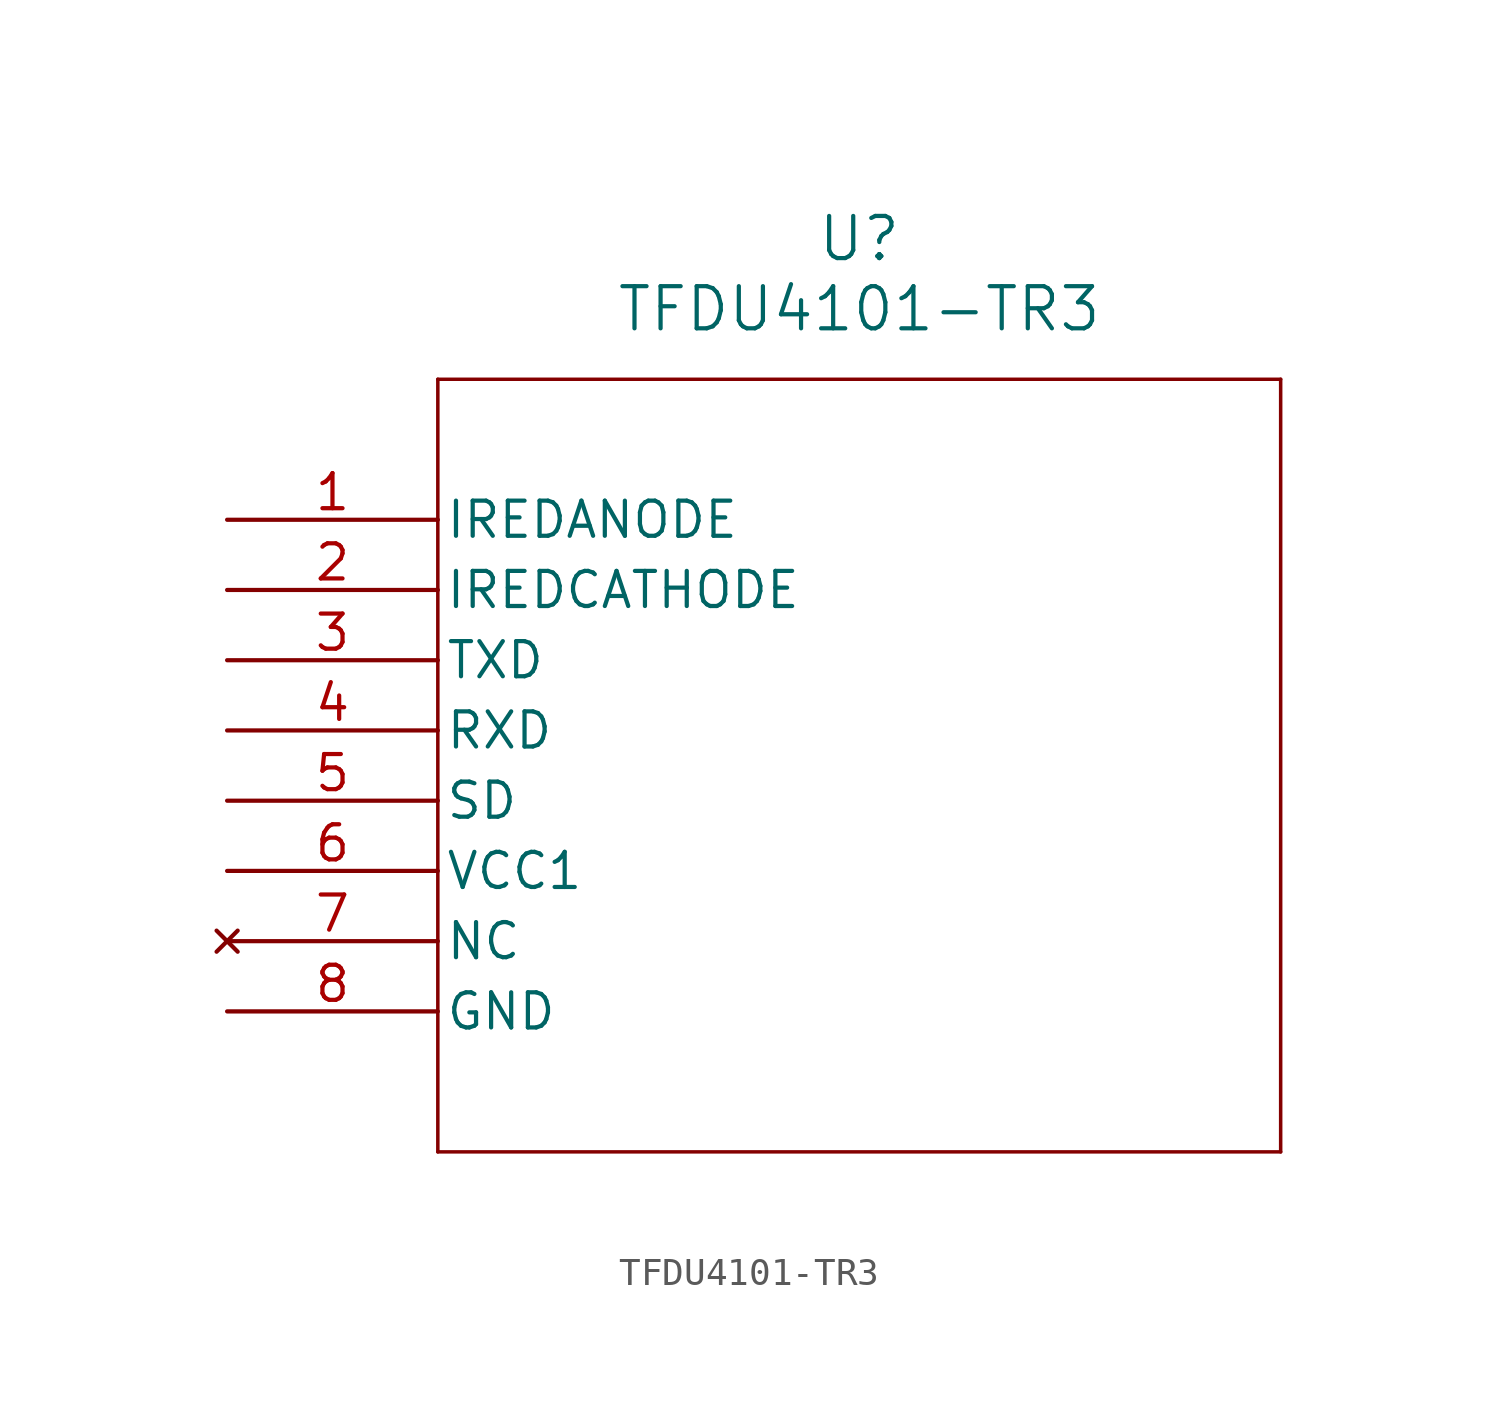
<source format=kicad_sym>
(kicad_symbol_lib
  (version 20211014)
  (generator kicad_symbol_editor)
  (symbol "TFDU4101-TR3"
    (pin_names
      (offset 0.254))
    (property "Reference" "U"
      (at 22.86 10.16 0)
      (effects (font (size 1.524 1.524))))
    (property "Value" "TFDU4101-TR3"
      (at 22.86 7.62 0)
      (effects (font (size 1.524 1.524))))
    (symbol "TFDU4101-TR3_0_1"
      (polyline (pts (xy 7.62 5.08) (xy 7.62 -22.86)) (stroke (width 0.127) (type default) (color 0 0 0 0)) (fill (type none)))
      (polyline (pts (xy 7.62 -22.86) (xy 38.1 -22.86)) (stroke (width 0.127) (type default) (color 0 0 0 0)) (fill (type none)))
      (polyline (pts (xy 38.1 -22.86) (xy 38.1 5.08)) (stroke (width 0.127) (type default) (color 0 0 0 0)) (fill (type none)))
      (polyline (pts (xy 38.1 5.08) (xy 7.62 5.08)) (stroke (width 0.127) (type default) (color 0 0 0 0)) (fill (type none)))
      (pin unspecified line (at 0 0 0) (length 7.62) (name "IREDANODE" (effects (font (size 1.27 1.27)))) (number "1" (effects (font (size 1.27 1.27)))))
      (pin unspecified line (at 0 -2.54 0) (length 7.62) (name "IREDCATHODE" (effects (font (size 1.27 1.27)))) (number "2" (effects (font (size 1.27 1.27)))))
      (pin unspecified line (at 0 -5.08 0) (length 7.62) (name "TXD" (effects (font (size 1.27 1.27)))) (number "3" (effects (font (size 1.27 1.27)))))
      (pin unspecified line (at 0 -7.62 0) (length 7.62) (name "RXD" (effects (font (size 1.27 1.27)))) (number "4" (effects (font (size 1.27 1.27)))))
      (pin unspecified line (at 0 -10.16 0) (length 7.62) (name "SD" (effects (font (size 1.27 1.27)))) (number "5" (effects (font (size 1.27 1.27)))))
      (pin power_in line (at 0 -12.7 0) (length 7.62) (name "VCC1" (effects (font (size 1.27 1.27)))) (number "6" (effects (font (size 1.27 1.27)))))
      (pin no_connect line (at 0 -15.24 0) (length 7.62) (name "NC" (effects (font (size 1.27 1.27)))) (number "7" (effects (font (size 1.27 1.27)))))
      (pin power_out line (at 0 -17.78 0) (length 7.62) (name "GND" (effects (font (size 1.27 1.27)))) (number "8" (effects (font (size 1.27 1.27))))))))
</source>
